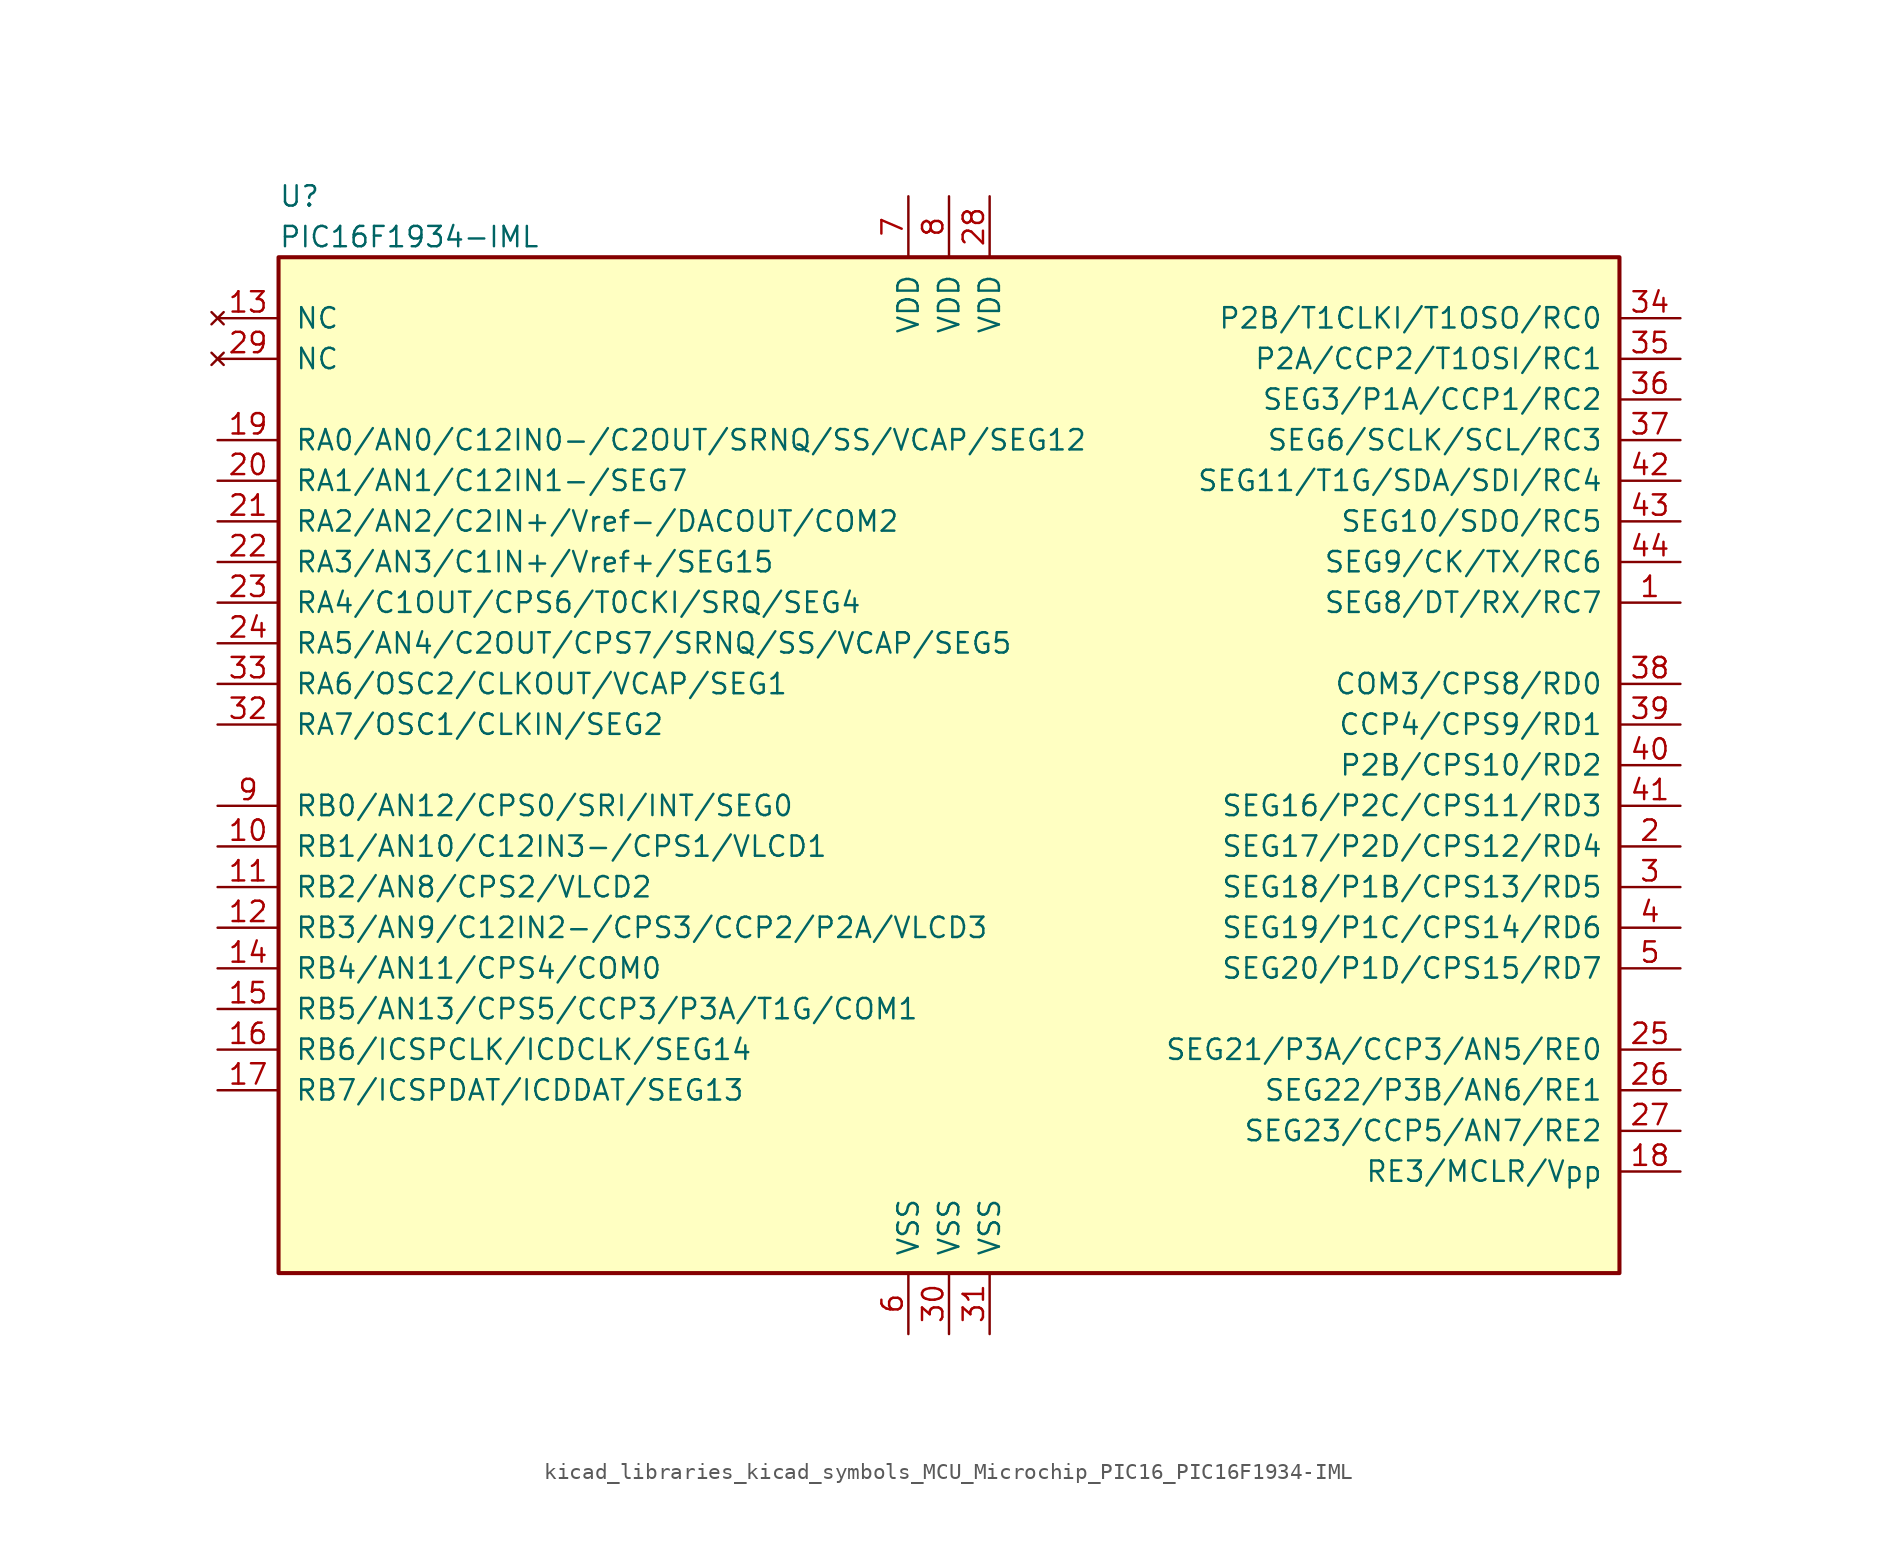
<source format=kicad_sym>
(kicad_symbol_lib
  (version 20220914)
  (generator kicad_symbol_editor)
  (symbol "kicad_libraries_kicad_symbols_MCU_Microchip_PIC16_PIC16F1934-IML"
    (pin_names
      (offset 1.016))
    (property "Reference" "U"
      (at -41.91 35.56 0)
      (effects (font (size 1.27 1.27)) (justify left)))
    (property "Value" "PIC16F1934-IML"
      (at -41.91 33.02 0)
      (effects (font (size 1.27 1.27)) (justify left)))
    (symbol "kicad_libraries_kicad_symbols_MCU_Microchip_PIC16_PIC16F1934-IML_0_1"
      (rectangle (start -41.91 31.75) (end 41.91 -31.75) (stroke (width 0.254) (type default)) (fill (type background))))
    (symbol "kicad_libraries_kicad_symbols_MCU_Microchip_PIC16_PIC16F1934-IML_1_1"
      (pin bidirectional line (at 45.72 10.16 180) (length 3.81) (name "SEG8/DT/RX/RC7" (effects (font (size 1.27 1.27)))) (number "1" (effects (font (size 1.27 1.27)))))
      (pin bidirectional line (at -45.72 -5.08 0) (length 3.81) (name "RB1/AN10/C12IN3-/CPS1/VLCD1" (effects (font (size 1.27 1.27)))) (number "10" (effects (font (size 1.27 1.27)))))
      (pin bidirectional line (at -45.72 -7.62 0) (length 3.81) (name "RB2/AN8/CPS2/VLCD2" (effects (font (size 1.27 1.27)))) (number "11" (effects (font (size 1.27 1.27)))))
      (pin bidirectional line (at -45.72 -10.16 0) (length 3.81) (name "RB3/AN9/C12IN2-/CPS3/CCP2/P2A/VLCD3" (effects (font (size 1.27 1.27)))) (number "12" (effects (font (size 1.27 1.27)))))
      (pin no_connect line (at -45.72 27.94 0) (length 3.81) (name "NC" (effects (font (size 1.27 1.27)))) (number "13" (effects (font (size 1.27 1.27)))))
      (pin bidirectional line (at -45.72 -12.7 0) (length 3.81) (name "RB4/AN11/CPS4/COM0" (effects (font (size 1.27 1.27)))) (number "14" (effects (font (size 1.27 1.27)))))
      (pin bidirectional line (at -45.72 -15.24 0) (length 3.81) (name "RB5/AN13/CPS5/CCP3/P3A/T1G/COM1" (effects (font (size 1.27 1.27)))) (number "15" (effects (font (size 1.27 1.27)))))
      (pin bidirectional line (at -45.72 -17.78 0) (length 3.81) (name "RB6/ICSPCLK/ICDCLK/SEG14" (effects (font (size 1.27 1.27)))) (number "16" (effects (font (size 1.27 1.27)))))
      (pin bidirectional line (at -45.72 -20.32 0) (length 3.81) (name "RB7/ICSPDAT/ICDDAT/SEG13" (effects (font (size 1.27 1.27)))) (number "17" (effects (font (size 1.27 1.27)))))
      (pin bidirectional line (at 45.72 -25.4 180) (length 3.81) (name "RE3/MCLR/Vpp" (effects (font (size 1.27 1.27)))) (number "18" (effects (font (size 1.27 1.27)))))
      (pin bidirectional line (at -45.72 20.32 0) (length 3.81) (name "RA0/AN0/C12IN0-/C2OUT/SRNQ/SS/VCAP/SEG12" (effects (font (size 1.27 1.27)))) (number "19" (effects (font (size 1.27 1.27)))))
      (pin bidirectional line (at 45.72 -5.08 180) (length 3.81) (name "SEG17/P2D/CPS12/RD4" (effects (font (size 1.27 1.27)))) (number "2" (effects (font (size 1.27 1.27)))))
      (pin bidirectional line (at -45.72 17.78 0) (length 3.81) (name "RA1/AN1/C12IN1-/SEG7" (effects (font (size 1.27 1.27)))) (number "20" (effects (font (size 1.27 1.27)))))
      (pin bidirectional line (at -45.72 15.24 0) (length 3.81) (name "RA2/AN2/C2IN+/Vref-/DACOUT/COM2" (effects (font (size 1.27 1.27)))) (number "21" (effects (font (size 1.27 1.27)))))
      (pin bidirectional line (at -45.72 12.7 0) (length 3.81) (name "RA3/AN3/C1IN+/Vref+/SEG15" (effects (font (size 1.27 1.27)))) (number "22" (effects (font (size 1.27 1.27)))))
      (pin bidirectional line (at -45.72 10.16 0) (length 3.81) (name "RA4/C1OUT/CPS6/T0CKI/SRQ/SEG4" (effects (font (size 1.27 1.27)))) (number "23" (effects (font (size 1.27 1.27)))))
      (pin bidirectional line (at -45.72 7.62 0) (length 3.81) (name "RA5/AN4/C2OUT/CPS7/SRNQ/SS/VCAP/SEG5" (effects (font (size 1.27 1.27)))) (number "24" (effects (font (size 1.27 1.27)))))
      (pin bidirectional line (at 45.72 -17.78 180) (length 3.81) (name "SEG21/P3A/CCP3/AN5/RE0" (effects (font (size 1.27 1.27)))) (number "25" (effects (font (size 1.27 1.27)))))
      (pin bidirectional line (at 45.72 -20.32 180) (length 3.81) (name "SEG22/P3B/AN6/RE1" (effects (font (size 1.27 1.27)))) (number "26" (effects (font (size 1.27 1.27)))))
      (pin bidirectional line (at 45.72 -22.86 180) (length 3.81) (name "SEG23/CCP5/AN7/RE2" (effects (font (size 1.27 1.27)))) (number "27" (effects (font (size 1.27 1.27)))))
      (pin power_in line (at 2.54 35.56 270) (length 3.81) (name "VDD" (effects (font (size 1.27 1.27)))) (number "28" (effects (font (size 1.27 1.27)))))
      (pin no_connect line (at -45.72 25.4 0) (length 3.81) (name "NC" (effects (font (size 1.27 1.27)))) (number "29" (effects (font (size 1.27 1.27)))))
      (pin bidirectional line (at 45.72 -7.62 180) (length 3.81) (name "SEG18/P1B/CPS13/RD5" (effects (font (size 1.27 1.27)))) (number "3" (effects (font (size 1.27 1.27)))))
      (pin power_in line (at 0 -35.56 90) (length 3.81) (name "VSS" (effects (font (size 1.27 1.27)))) (number "30" (effects (font (size 1.27 1.27)))))
      (pin power_in line (at 2.54 -35.56 90) (length 3.81) (name "VSS" (effects (font (size 1.27 1.27)))) (number "31" (effects (font (size 1.27 1.27)))))
      (pin bidirectional line (at -45.72 2.54 0) (length 3.81) (name "RA7/OSC1/CLKIN/SEG2" (effects (font (size 1.27 1.27)))) (number "32" (effects (font (size 1.27 1.27)))))
      (pin bidirectional line (at -45.72 5.08 0) (length 3.81) (name "RA6/OSC2/CLKOUT/VCAP/SEG1" (effects (font (size 1.27 1.27)))) (number "33" (effects (font (size 1.27 1.27)))))
      (pin bidirectional line (at 45.72 27.94 180) (length 3.81) (name "P2B/T1CLKI/T1OSO/RC0" (effects (font (size 1.27 1.27)))) (number "34" (effects (font (size 1.27 1.27)))))
      (pin bidirectional line (at 45.72 25.4 180) (length 3.81) (name "P2A/CCP2/T1OSI/RC1" (effects (font (size 1.27 1.27)))) (number "35" (effects (font (size 1.27 1.27)))))
      (pin bidirectional line (at 45.72 22.86 180) (length 3.81) (name "SEG3/P1A/CCP1/RC2" (effects (font (size 1.27 1.27)))) (number "36" (effects (font (size 1.27 1.27)))))
      (pin bidirectional line (at 45.72 20.32 180) (length 3.81) (name "SEG6/SCLK/SCL/RC3" (effects (font (size 1.27 1.27)))) (number "37" (effects (font (size 1.27 1.27)))))
      (pin bidirectional line (at 45.72 5.08 180) (length 3.81) (name "COM3/CPS8/RD0" (effects (font (size 1.27 1.27)))) (number "38" (effects (font (size 1.27 1.27)))))
      (pin bidirectional line (at 45.72 2.54 180) (length 3.81) (name "CCP4/CPS9/RD1" (effects (font (size 1.27 1.27)))) (number "39" (effects (font (size 1.27 1.27)))))
      (pin bidirectional line (at 45.72 -10.16 180) (length 3.81) (name "SEG19/P1C/CPS14/RD6" (effects (font (size 1.27 1.27)))) (number "4" (effects (font (size 1.27 1.27)))))
      (pin bidirectional line (at 45.72 0 180) (length 3.81) (name "P2B/CPS10/RD2" (effects (font (size 1.27 1.27)))) (number "40" (effects (font (size 1.27 1.27)))))
      (pin bidirectional line (at 45.72 -2.54 180) (length 3.81) (name "SEG16/P2C/CPS11/RD3" (effects (font (size 1.27 1.27)))) (number "41" (effects (font (size 1.27 1.27)))))
      (pin bidirectional line (at 45.72 17.78 180) (length 3.81) (name "SEG11/T1G/SDA/SDI/RC4" (effects (font (size 1.27 1.27)))) (number "42" (effects (font (size 1.27 1.27)))))
      (pin bidirectional line (at 45.72 15.24 180) (length 3.81) (name "SEG10/SDO/RC5" (effects (font (size 1.27 1.27)))) (number "43" (effects (font (size 1.27 1.27)))))
      (pin bidirectional line (at 45.72 12.7 180) (length 3.81) (name "SEG9/CK/TX/RC6" (effects (font (size 1.27 1.27)))) (number "44" (effects (font (size 1.27 1.27)))))
      (pin bidirectional line (at 45.72 -12.7 180) (length 3.81) (name "SEG20/P1D/CPS15/RD7" (effects (font (size 1.27 1.27)))) (number "5" (effects (font (size 1.27 1.27)))))
      (pin bidirectional line (at -2.54 -35.56 90) (length 3.81) (name "VSS" (effects (font (size 1.27 1.27)))) (number "6" (effects (font (size 1.27 1.27)))))
      (pin bidirectional line (at -2.54 35.56 270) (length 3.81) (name "VDD" (effects (font (size 1.27 1.27)))) (number "7" (effects (font (size 1.27 1.27)))))
      (pin bidirectional line (at 0 35.56 270) (length 3.81) (name "VDD" (effects (font (size 1.27 1.27)))) (number "8" (effects (font (size 1.27 1.27)))))
      (pin bidirectional line (at -45.72 -2.54 0) (length 3.81) (name "RB0/AN12/CPS0/SRI/INT/SEG0" (effects (font (size 1.27 1.27)))) (number "9" (effects (font (size 1.27 1.27))))))))
</source>
